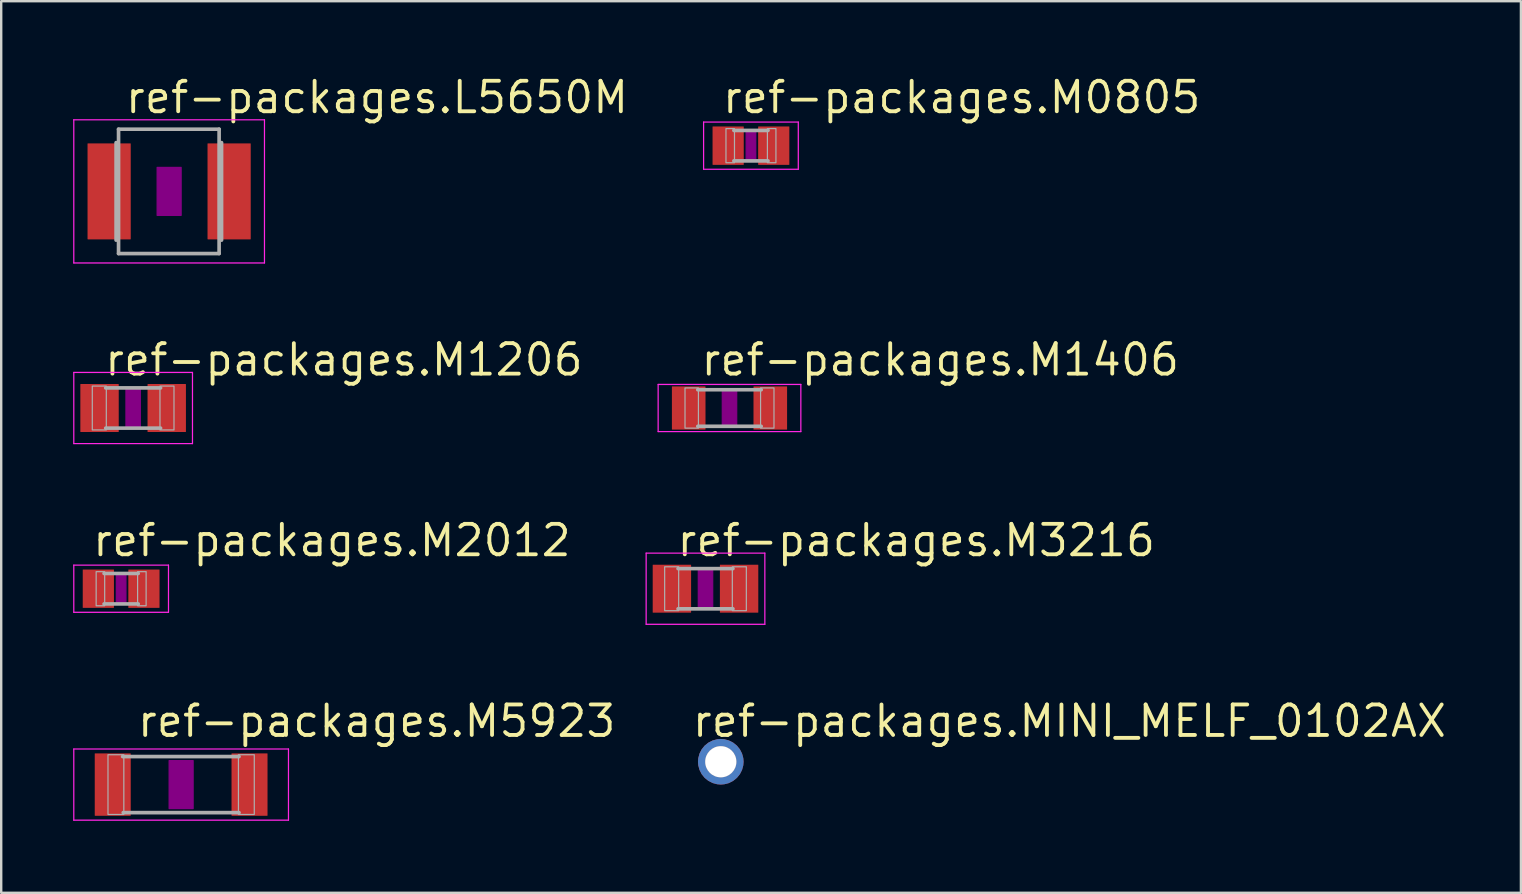
<source format=kicad_pcb>
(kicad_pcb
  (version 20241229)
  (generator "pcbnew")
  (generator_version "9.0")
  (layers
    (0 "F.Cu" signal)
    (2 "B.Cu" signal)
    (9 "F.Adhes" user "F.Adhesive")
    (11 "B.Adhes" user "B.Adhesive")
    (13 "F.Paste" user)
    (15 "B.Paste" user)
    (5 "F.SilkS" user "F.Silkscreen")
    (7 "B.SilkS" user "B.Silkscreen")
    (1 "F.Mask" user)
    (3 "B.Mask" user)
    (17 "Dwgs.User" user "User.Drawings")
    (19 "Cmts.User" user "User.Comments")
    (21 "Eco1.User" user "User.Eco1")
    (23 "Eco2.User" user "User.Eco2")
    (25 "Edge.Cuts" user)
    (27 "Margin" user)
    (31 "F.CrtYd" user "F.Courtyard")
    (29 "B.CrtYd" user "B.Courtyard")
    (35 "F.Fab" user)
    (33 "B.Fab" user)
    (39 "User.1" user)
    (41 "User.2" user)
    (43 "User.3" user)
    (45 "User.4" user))
  (footprint "ref-packages.M1406"
    (layer "F.Cu")
    (at 27.349 13.953)
    (property "Reference" "ref-packages.M1406" (at -1.27 -1.27 0) (layer "F.SilkS") (effects (font (size 1.27 1.27) (thickness 0.16)) (justify left bottom)))
    (attr smd)
    (fp_rect (start -0.3 0.7) (end 0.3 -0.7) (stroke (width 0.05) (type default)) (fill yes) (layer "F.Adhes"))
    (fp_line (start -2.973 -0.983) (end 2.973 -0.983) (stroke (width 0.051) (type default)) (layer "F.CrtYd"))
    (fp_line (start -2.973 0.983) (end -2.973 -0.983) (stroke (width 0.051) (type default)) (layer "F.CrtYd"))
    (fp_line (start 2.973 -0.983) (end 2.973 0.983) (stroke (width 0.051) (type default)) (layer "F.CrtYd"))
    (fp_line (start 2.973 0.983) (end -2.973 0.983) (stroke (width 0.051) (type default)) (layer "F.CrtYd"))
    (fp_line (start 1.321 -0.762) (end -1.321 -0.762) (stroke (width 0.152) (type default)) (layer "F.Fab"))
    (fp_line (start 1.321 0.762) (end -1.321 0.762) (stroke (width 0.152) (type default)) (layer "F.Fab"))
    (fp_rect (start -1.854 0.838) (end -1.295 -0.838) (stroke (width 0.05) (type default)) (fill no) (layer "F.Fab"))
    (fp_rect (start 1.295 0.838) (end 1.854 -0.838) (stroke (width 0.05) (type default)) (fill no) (layer "F.Fab"))
    (pad "1" smd roundrect (at -1.7 0) (size 1.4 1.8) (layers "F.Cu" "F.Mask" "F.Paste") (roundrect_rratio 0.01))
    (pad "2" smd roundrect (at 1.7 0) (size 1.4 1.8) (layers "F.Cu" "F.Mask" "F.Paste") (roundrect_rratio 0.01)))
  (footprint "ref-packages.M0805"
    (layer "F.Cu")
    (at 28.243 3.02)
    (property "Reference" "ref-packages.M0805" (at -1.27 -1.27 0) (layer "F.SilkS") (effects (font (size 1.27 1.27) (thickness 0.16)) (justify left bottom)))
    (attr smd)
    (fp_rect (start -0.2 0.6) (end 0.2 -0.6) (stroke (width 0.05) (type default)) (fill yes) (layer "F.Adhes"))
    (fp_line (start -1.973 -0.983) (end 1.973 -0.983) (stroke (width 0.051) (type default)) (layer "F.CrtYd"))
    (fp_line (start -1.973 0.983) (end -1.973 -0.983) (stroke (width 0.051) (type default)) (layer "F.CrtYd"))
    (fp_line (start 1.973 -0.983) (end 1.973 0.983) (stroke (width 0.051) (type default)) (layer "F.CrtYd"))
    (fp_line (start 1.973 0.983) (end -1.973 0.983) (stroke (width 0.051) (type default)) (layer "F.CrtYd"))
    (fp_line (start 0.711 -0.635) (end -0.711 -0.635) (stroke (width 0.152) (type default)) (layer "F.Fab"))
    (fp_line (start 0.711 0.635) (end -0.711 0.635) (stroke (width 0.152) (type default)) (layer "F.Fab"))
    (fp_rect (start -1.041 0.711) (end -0.686 -0.711) (stroke (width 0.05) (type default)) (fill no) (layer "F.Fab"))
    (fp_rect (start 0.686 0.711) (end 1.041 -0.711) (stroke (width 0.05) (type default)) (fill no) (layer "F.Fab"))
    (pad "1" smd roundrect (at -0.95 0) (size 1.3 1.6) (layers "F.Cu" "F.Mask" "F.Paste") (roundrect_rratio 0.01))
    (pad "2" smd roundrect (at 0.95 0) (size 1.3 1.6) (layers "F.Cu" "F.Mask" "F.Paste") (roundrect_rratio 0.01)))
  (footprint "ref-packages.M2012"
    (layer "F.Cu")
    (at 1.998 21.482)
    (property "Reference" "ref-packages.M2012" (at -1.27 -1.27 0) (layer "F.SilkS") (effects (font (size 1.27 1.27) (thickness 0.16)) (justify left bottom)))
    (attr smd)
    (fp_rect (start -0.2 0.6) (end 0.2 -0.6) (stroke (width 0.05) (type default)) (fill yes) (layer "F.Adhes"))
    (fp_line (start -1.973 -0.983) (end 1.973 -0.983) (stroke (width 0.051) (type default)) (layer "F.CrtYd"))
    (fp_line (start -1.973 0.983) (end -1.973 -0.983) (stroke (width 0.051) (type default)) (layer "F.CrtYd"))
    (fp_line (start 1.973 -0.983) (end 1.973 0.983) (stroke (width 0.051) (type default)) (layer "F.CrtYd"))
    (fp_line (start 1.973 0.983) (end -1.973 0.983) (stroke (width 0.051) (type default)) (layer "F.CrtYd"))
    (fp_line (start 0.711 -0.635) (end -0.711 -0.635) (stroke (width 0.152) (type default)) (layer "F.Fab"))
    (fp_line (start 0.711 0.635) (end -0.711 0.635) (stroke (width 0.152) (type default)) (layer "F.Fab"))
    (fp_rect (start -1.041 0.711) (end -0.686 -0.711) (stroke (width 0.05) (type default)) (fill no) (layer "F.Fab"))
    (fp_rect (start 0.686 0.711) (end 1.041 -0.711) (stroke (width 0.05) (type default)) (fill no) (layer "F.Fab"))
    (pad "1" smd roundrect (at -0.95 0) (size 1.3 1.6) (layers "F.Cu" "F.Mask" "F.Paste") (roundrect_rratio 0.01))
    (pad "2" smd roundrect (at 0.95 0) (size 1.3 1.6) (layers "F.Cu" "F.Mask" "F.Paste") (roundrect_rratio 0.01)))
  (footprint "ref-packages.M5923"
    (layer "F.Cu")
    (at 4.498 29.645)
    (property "Reference" "ref-packages.M5923" (at -1.905 -1.905 0) (layer "F.SilkS") (effects (font (size 1.27 1.27) (thickness 0.16)) (justify left bottom)))
    (attr smd)
    (fp_rect (start -0.5 1) (end 0.5 -1) (stroke (width 0.05) (type default)) (fill yes) (layer "F.Adhes"))
    (fp_line (start -4.473 -1.483) (end 4.473 -1.483) (stroke (width 0.051) (type default)) (layer "F.CrtYd"))
    (fp_line (start -4.473 1.483) (end -4.473 -1.483) (stroke (width 0.051) (type default)) (layer "F.CrtYd"))
    (fp_line (start 4.473 -1.483) (end 4.473 1.483) (stroke (width 0.051) (type default)) (layer "F.CrtYd"))
    (fp_line (start 4.473 1.483) (end -4.473 1.483) (stroke (width 0.051) (type default)) (layer "F.CrtYd"))
    (fp_line (start 2.413 -1.168) (end -2.438 -1.168) (stroke (width 0.152) (type default)) (layer "F.Fab"))
    (fp_line (start 2.413 1.168) (end -2.413 1.168) (stroke (width 0.152) (type default)) (layer "F.Fab"))
    (fp_rect (start -3.048 1.245) (end -2.388 -1.245) (stroke (width 0.05) (type default)) (fill no) (layer "F.Fab"))
    (fp_rect (start 2.388 1.245) (end 3.048 -1.245) (stroke (width 0.05) (type default)) (fill no) (layer "F.Fab"))
    (pad "1" smd roundrect (at -2.85 0) (size 1.5 2.6) (layers "F.Cu" "F.Mask" "F.Paste") (roundrect_rratio 0.01))
    (pad "2" smd roundrect (at 2.85 0) (size 1.5 2.6) (layers "F.Cu" "F.Mask" "F.Paste") (roundrect_rratio 0.01)))
  (footprint "ref-packages.L5650M"
    (layer "F.Cu")
    (at 3.998 4.925)
    (property "Reference" "ref-packages.L5650M" (at -1.905 -3.175 0) (layer "F.SilkS") (effects (font (size 1.27 1.27) (thickness 0.16)) (justify left bottom)))
    (attr smd)
    (fp_rect (start -0.5 1) (end 0.5 -1) (stroke (width 0.05) (type default)) (fill yes) (layer "F.Adhes"))
    (fp_line (start -3.973 -2.983) (end 3.973 -2.983) (stroke (width 0.051) (type default)) (layer "F.CrtYd"))
    (fp_line (start -3.973 2.983) (end -3.973 -2.983) (stroke (width 0.051) (type default)) (layer "F.CrtYd"))
    (fp_line (start 3.973 -2.983) (end 3.973 2.983) (stroke (width 0.051) (type default)) (layer "F.CrtYd"))
    (fp_line (start 3.973 2.983) (end -3.973 2.983) (stroke (width 0.051) (type default)) (layer "F.CrtYd"))
    (fp_line (start -2.21 -2.032) (end -2.21 2.032) (stroke (width 0.152) (type default)) (layer "F.Fab"))
    (fp_line (start -2.108 -2.591) (end -2.108 2.591) (stroke (width 0.152) (type default)) (layer "F.Fab"))
    (fp_line (start -2.108 2.591) (end 2.083 2.591) (stroke (width 0.152) (type default)) (layer "F.Fab"))
    (fp_line (start 2.083 -2.591) (end -2.108 -2.591) (stroke (width 0.152) (type default)) (layer "F.Fab"))
    (fp_line (start 2.083 -2.591) (end 2.083 2.591) (stroke (width 0.152) (type default)) (layer "F.Fab"))
    (fp_line (start 2.184 -2.032) (end 2.184 2.032) (stroke (width 0.152) (type default)) (layer "F.Fab"))
    (pad "1" smd roundrect (at -2.5 0) (size 1.8 4) (layers "F.Cu" "F.Mask" "F.Paste") (roundrect_rratio 0.01))
    (pad "2" smd roundrect (at 2.5 0) (size 1.8 4) (layers "F.Cu" "F.Mask" "F.Paste") (roundrect_rratio 0.01)))
  (footprint "ref-packages.M3216"
    (layer "F.Cu")
    (at 26.349 21.482)
    (property "Reference" "ref-packages.M3216" (at -1.27 -1.27 0) (layer "F.SilkS") (effects (font (size 1.27 1.27) (thickness 0.16)) (justify left bottom)))
    (attr smd)
    (fp_rect (start -0.3 0.8) (end 0.3 -0.8) (stroke (width 0.05) (type default)) (fill yes) (layer "F.Adhes"))
    (fp_line (start -2.473 -1.483) (end 2.473 -1.483) (stroke (width 0.051) (type default)) (layer "F.CrtYd"))
    (fp_line (start -2.473 1.483) (end -2.473 -1.483) (stroke (width 0.051) (type default)) (layer "F.CrtYd"))
    (fp_line (start 2.473 -1.483) (end 2.473 1.483) (stroke (width 0.051) (type default)) (layer "F.CrtYd"))
    (fp_line (start 2.473 1.483) (end -2.473 1.483) (stroke (width 0.051) (type default)) (layer "F.CrtYd"))
    (fp_line (start 1.143 -0.838) (end -1.143 -0.838) (stroke (width 0.152) (type default)) (layer "F.Fab"))
    (fp_line (start 1.143 0.838) (end -1.143 0.838) (stroke (width 0.152) (type default)) (layer "F.Fab"))
    (fp_rect (start -1.702 0.914) (end -1.118 -0.914) (stroke (width 0.05) (type default)) (fill no) (layer "F.Fab"))
    (fp_rect (start 1.118 0.914) (end 1.702 -0.914) (stroke (width 0.05) (type default)) (fill no) (layer "F.Fab"))
    (pad "1" smd roundrect (at -1.4 0) (size 1.6 2) (layers "F.Cu" "F.Mask" "F.Paste") (roundrect_rratio 0.01))
    (pad "2" smd roundrect (at 1.4 0) (size 1.6 2) (layers "F.Cu" "F.Mask" "F.Paste") (roundrect_rratio 0.01)))
  (footprint "ref-packages.MINI_MELF_0102AX"
    (layer "F.Cu")
    (at 26.986 28.693)
    (property "Reference" "ref-packages.MINI_MELF_0102AX" (at -1.27 -0.953 0) (layer "F.SilkS") (effects (font (size 1.27 1.27) (thickness 0.16)) (justify left bottom)))
    (attr smd)
    (fp_circle (center 0 0) (end 0.6 0) (stroke (width 0.1) (type default)) (fill no) (layer "B.Fab"))
    (fp_circle (center 0 0) (end 0.6 0) (stroke (width 0.1) (type default)) (fill no) (layer "F.Fab"))
    (pad "" np_thru_hole circle (at 0 0) (size 1.3 1.3) (drill 1.3) (layers "*.Cu" "*.Mask"))
    (pad "1" smd roundrect (at 0 0) (size 1.9 1.9) (layers "F.Cu" "F.Mask" "F.Paste") (roundrect_rratio 0.5))
    (pad "2" smd roundrect (at 0 0) (size 1.9 1.9) (layers "B.Cu" "B.Mask" "B.Paste") (roundrect_rratio 0.5)))
  (footprint "ref-packages.M1206"
    (layer "F.Cu")
    (at 2.498 13.953)
    (property "Reference" "ref-packages.M1206" (at -1.27 -1.27 0) (layer "F.SilkS") (effects (font (size 1.27 1.27) (thickness 0.16)) (justify left bottom)))
    (attr smd)
    (fp_rect (start -0.3 0.8) (end 0.3 -0.8) (stroke (width 0.05) (type default)) (fill yes) (layer "F.Adhes"))
    (fp_line (start -2.473 -1.483) (end 2.473 -1.483) (stroke (width 0.051) (type default)) (layer "F.CrtYd"))
    (fp_line (start -2.473 1.483) (end -2.473 -1.483) (stroke (width 0.051) (type default)) (layer "F.CrtYd"))
    (fp_line (start 2.473 -1.483) (end 2.473 1.483) (stroke (width 0.051) (type default)) (layer "F.CrtYd"))
    (fp_line (start 2.473 1.483) (end -2.473 1.483) (stroke (width 0.051) (type default)) (layer "F.CrtYd"))
    (fp_line (start 1.143 -0.838) (end -1.143 -0.838) (stroke (width 0.152) (type default)) (layer "F.Fab"))
    (fp_line (start 1.143 0.838) (end -1.143 0.838) (stroke (width 0.152) (type default)) (layer "F.Fab"))
    (fp_rect (start -1.702 0.914) (end -1.118 -0.914) (stroke (width 0.05) (type default)) (fill no) (layer "F.Fab"))
    (fp_rect (start 1.118 0.914) (end 1.702 -0.914) (stroke (width 0.05) (type default)) (fill no) (layer "F.Fab"))
    (pad "1" smd roundrect (at -1.4 0) (size 1.6 2) (layers "F.Cu" "F.Mask" "F.Paste") (roundrect_rratio 0.01))
    (pad "2" smd roundrect (at 1.4 0) (size 1.6 2) (layers "F.Cu" "F.Mask" "F.Paste") (roundrect_rratio 0.01)))
  (gr_rect
    (start -3 -3)
    (end 60.329 34.154)
    (stroke (width 0.1) (type default))
    (fill no)
    (layer "Edge.Cuts")))
</source>
